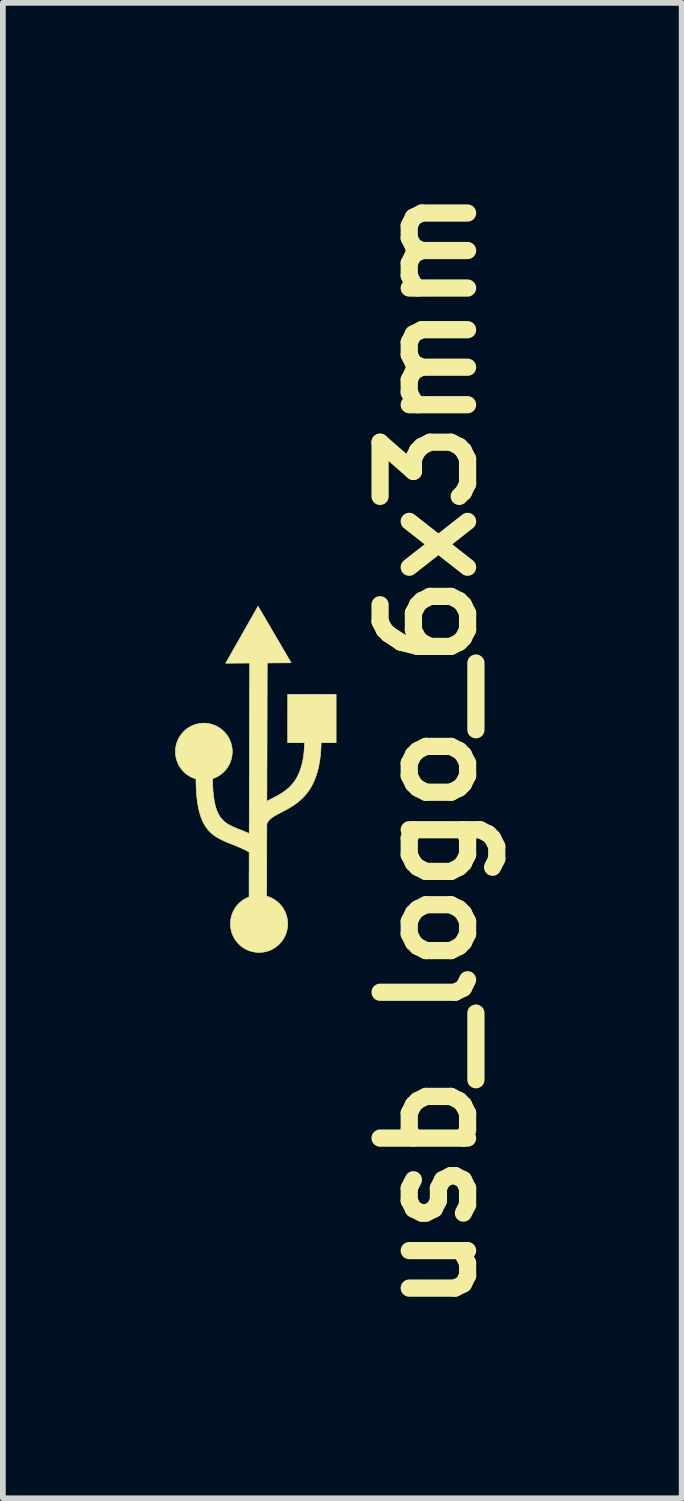
<source format=kicad_pcb>
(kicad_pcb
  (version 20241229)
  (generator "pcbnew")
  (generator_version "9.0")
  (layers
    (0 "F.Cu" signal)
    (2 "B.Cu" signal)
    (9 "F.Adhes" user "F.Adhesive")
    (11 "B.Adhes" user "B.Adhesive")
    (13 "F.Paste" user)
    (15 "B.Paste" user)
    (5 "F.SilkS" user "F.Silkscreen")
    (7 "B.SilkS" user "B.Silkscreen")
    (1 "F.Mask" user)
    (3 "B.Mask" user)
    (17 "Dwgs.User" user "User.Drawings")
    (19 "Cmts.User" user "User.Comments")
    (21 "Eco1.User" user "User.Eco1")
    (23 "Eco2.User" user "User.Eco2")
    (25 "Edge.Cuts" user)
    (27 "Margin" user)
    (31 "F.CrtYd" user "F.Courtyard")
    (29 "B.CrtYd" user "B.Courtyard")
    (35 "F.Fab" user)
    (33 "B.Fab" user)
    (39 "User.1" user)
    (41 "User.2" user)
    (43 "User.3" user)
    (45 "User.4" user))
  (footprint "usb_logo_6x3mm"
    (layer "F.Cu")
    (at 1.404 10.522)
    (property "Reference" "usb_logo_6x3mm" (at 3 -0.5 90) (layer "F.SilkS") (effects (font (size 1.524 1.524) (thickness 0.3))))
    (attr through_hole)
    (fp_poly (pts (xy 0.04 -3.014) (xy 0.041 -3.013) (xy 0.042 -3.011) (xy 0.044 -3.008) (xy 0.046 -3.004) (xy 0.049 -3) (xy 0.052 -2.994) (xy 0.055 -2.988) (xy 0.059 -2.981) (xy 0.064 -2.974) (xy 0.068 -2.966) (xy 0.074 -2.957) (xy 0.079 -2.947) (xy 0.085 -2.937) (xy 0.092 -2.926) (xy 0.098 -2.915) (xy 0.106 -2.902) (xy 0.113 -2.89) (xy 0.121 -2.877) (xy 0.129 -2.863) (xy 0.137 -2.849) (xy 0.146 -2.834) (xy 0.155 -2.818) (xy 0.164 -2.803) (xy 0.174 -2.787) (xy 0.183 -2.77) (xy 0.193 -2.753) (xy 0.204 -2.735) (xy 0.214 -2.717) (xy 0.225 -2.699) (xy 0.236 -2.681) (xy 0.247 -2.662) (xy 0.258 -2.642) (xy 0.269 -2.623) (xy 0.281 -2.603) (xy 0.293 -2.583) (xy 0.305 -2.563) (xy 0.317 -2.542) (xy 0.329 -2.522) (xy 0.341 -2.501) (xy 0.353 -2.481) (xy 0.365 -2.46) (xy 0.376 -2.44) (xy 0.388 -2.42) (xy 0.4 -2.401) (xy 0.411 -2.382) (xy 0.422 -2.363) (xy 0.433 -2.344) (xy 0.443 -2.326) (xy 0.454 -2.308) (xy 0.464 -2.29) (xy 0.474 -2.273) (xy 0.484 -2.257) (xy 0.493 -2.24) (xy 0.503 -2.225) (xy 0.512 -2.209) (xy 0.52 -2.195) (xy 0.529 -2.18) (xy 0.537 -2.167) (xy 0.544 -2.153) (xy 0.552 -2.141) (xy 0.559 -2.129) (xy 0.565 -2.117) (xy 0.572 -2.106) (xy 0.578 -2.096) (xy 0.583 -2.087) (xy 0.589 -2.078) (xy 0.593 -2.069) (xy 0.598 -2.062) (xy 0.602 -2.055) (xy 0.605 -2.049) (xy 0.608 -2.044) (xy 0.611 -2.039) (xy 0.613 -2.035) (xy 0.615 -2.033) (xy 0.616 -2.03) (xy 0.617 -2.029) (xy 0.617 -2.029) (xy 0.617 -2.029) (xy 0.615 -2.029) (xy 0.613 -2.029) (xy 0.609 -2.029) (xy 0.605 -2.029) (xy 0.6 -2.029) (xy 0.594 -2.029) (xy 0.588 -2.028) (xy 0.58 -2.028) (xy 0.572 -2.028) (xy 0.564 -2.028) (xy 0.554 -2.028) (xy 0.544 -2.028) (xy 0.534 -2.028) (xy 0.523 -2.028) (xy 0.511 -2.028) (xy 0.5 -2.028) (xy 0.487 -2.028) (xy 0.475 -2.028) (xy 0.462 -2.028) (xy 0.448 -2.028) (xy 0.436 -2.027) (xy 0.422 -2.027) (xy 0.408 -2.027) (xy 0.395 -2.027) (xy 0.381 -2.027) (xy 0.368 -2.027) (xy 0.355 -2.027) (xy 0.343 -2.027) (xy 0.331 -2.027) (xy 0.319 -2.027) (xy 0.308 -2.027) (xy 0.297 -2.027) (xy 0.287 -2.027) (xy 0.278 -2.026) (xy 0.269 -2.026) (xy 0.261 -2.026) (xy 0.253 -2.026) (xy 0.247 -2.026) (xy 0.241 -2.026) (xy 0.236 -2.026) (xy 0.232 -2.026) (xy 0.229 -2.026) (xy 0.227 -2.026) (xy 0.2 -2.026) (xy 0.2 -1.981) (xy 0.2 -1.979) (xy 0.2 -1.976) (xy 0.2 -1.972) (xy 0.2 -1.966) (xy 0.2 -1.96) (xy 0.2 -1.953) (xy 0.2 -1.946) (xy 0.2 -1.937) (xy 0.2 -1.927) (xy 0.2 -1.917) (xy 0.2 -1.906) (xy 0.2 -1.893) (xy 0.2 -1.881) (xy 0.2 -1.867) (xy 0.2 -1.853) (xy 0.2 -1.837) (xy 0.199 -1.822) (xy 0.199 -1.805) (xy 0.199 -1.788) (xy 0.199 -1.77) (xy 0.199 -1.752) (xy 0.199 -1.732) (xy 0.199 -1.713) (xy 0.199 -1.692) (xy 0.199 -1.672) (xy 0.199 -1.65) (xy 0.199 -1.628) (xy 0.199 -1.606) (xy 0.199 -1.583) (xy 0.199 -1.56) (xy 0.199 -1.536) (xy 0.199 -1.512) (xy 0.199 -1.487) (xy 0.199 -1.462) (xy 0.198 -1.437) (xy 0.198 -1.411) (xy 0.198 -1.385) (xy 0.198 -1.359) (xy 0.198 -1.332) (xy 0.198 -1.305) (xy 0.198 -1.278) (xy 0.198 -1.251) (xy 0.198 -1.223) (xy 0.198 -1.195) (xy 0.198 -1.182) (xy 0.198 -1.152) (xy 0.198 -1.122) (xy 0.198 -1.092) (xy 0.198 -1.061) (xy 0.197 -1.03) (xy 0.197 -0.999) (xy 0.197 -0.968) (xy 0.197 -0.936) (xy 0.197 -0.905) (xy 0.197 -0.873) (xy 0.197 -0.841) (xy 0.197 -0.81) (xy 0.197 -0.778) (xy 0.197 -0.747) (xy 0.197 -0.715) (xy 0.197 -0.684) (xy 0.197 -0.653) (xy 0.197 -0.622) (xy 0.196 -0.591) (xy 0.196 -0.561) (xy 0.196 -0.531) (xy 0.196 -0.501) (xy 0.196 -0.471) (xy 0.196 -0.442) (xy 0.196 -0.414) (xy 0.196 -0.385) (xy 0.196 -0.358) (xy 0.196 -0.33) (xy 0.196 -0.304) (xy 0.196 -0.278) (xy 0.196 -0.252) (xy 0.196 -0.228) (xy 0.195 -0.204) (xy 0.195 -0.18) (xy 0.195 -0.158) (xy 0.195 -0.136) (xy 0.195 -0.115) (xy 0.195 -0.095) (xy 0.195 -0.075) (xy 0.195 -0.057) (xy 0.195 -0.04) (xy 0.195 -0.023) (xy 0.195 -0.023) (xy 0.195 -0.003) (xy 0.195 0.017) (xy 0.195 0.037) (xy 0.195 0.056) (xy 0.195 0.076) (xy 0.195 0.094) (xy 0.195 0.113) (xy 0.195 0.131) (xy 0.195 0.148) (xy 0.195 0.165) (xy 0.195 0.182) (xy 0.195 0.198) (xy 0.194 0.214) (xy 0.194 0.229) (xy 0.194 0.244) (xy 0.194 0.258) (xy 0.194 0.271) (xy 0.194 0.284) (xy 0.194 0.296) (xy 0.194 0.307) (xy 0.194 0.318) (xy 0.194 0.328) (xy 0.194 0.337) (xy 0.194 0.345) (xy 0.194 0.353) (xy 0.194 0.36) (xy 0.194 0.366) (xy 0.194 0.371) (xy 0.194 0.375) (xy 0.194 0.378) (xy 0.194 0.38) (xy 0.194 0.382) (xy 0.194 0.382) (xy 0.195 0.382) (xy 0.196 0.381) (xy 0.198 0.38) (xy 0.2 0.379) (xy 0.203 0.377) (xy 0.205 0.376) (xy 0.21 0.374) (xy 0.214 0.371) (xy 0.219 0.369) (xy 0.224 0.366) (xy 0.229 0.363) (xy 0.234 0.361) (xy 0.239 0.358) (xy 0.245 0.355) (xy 0.252 0.351) (xy 0.258 0.348) (xy 0.266 0.344) (xy 0.274 0.34) (xy 0.283 0.335) (xy 0.292 0.33) (xy 0.3 0.326) (xy 0.313 0.32) (xy 0.324 0.314) (xy 0.334 0.308) (xy 0.344 0.303) (xy 0.353 0.298) (xy 0.361 0.294) (xy 0.369 0.29) (xy 0.377 0.286) (xy 0.384 0.282) (xy 0.391 0.278) (xy 0.397 0.274) (xy 0.404 0.27) (xy 0.41 0.267) (xy 0.416 0.263) (xy 0.422 0.26) (xy 0.427 0.257) (xy 0.451 0.242) (xy 0.474 0.227) (xy 0.495 0.212) (xy 0.516 0.197) (xy 0.536 0.182) (xy 0.555 0.166) (xy 0.574 0.149) (xy 0.592 0.133) (xy 0.608 0.115) (xy 0.625 0.098) (xy 0.64 0.08) (xy 0.647 0.071) (xy 0.663 0.051) (xy 0.678 0.03) (xy 0.693 0.008) (xy 0.707 -0.014) (xy 0.72 -0.038) (xy 0.732 -0.062) (xy 0.744 -0.086) (xy 0.755 -0.112) (xy 0.766 -0.138) (xy 0.776 -0.164) (xy 0.785 -0.192) (xy 0.794 -0.22) (xy 0.802 -0.249) (xy 0.809 -0.279) (xy 0.816 -0.31) (xy 0.822 -0.341) (xy 0.828 -0.373) (xy 0.833 -0.406) (xy 0.837 -0.44) (xy 0.84 -0.467) (xy 0.841 -0.478) (xy 0.842 -0.488) (xy 0.843 -0.498) (xy 0.843 -0.508) (xy 0.844 -0.518) (xy 0.845 -0.529) (xy 0.846 -0.539) (xy 0.846 -0.549) (xy 0.847 -0.56) (xy 0.847 -0.572) (xy 0.848 -0.584) (xy 0.848 -0.596) (xy 0.849 -0.61) (xy 0.849 -0.624) (xy 0.849 -0.626) (xy 0.849 -0.637) (xy 0.556 -0.637) (xy 0.556 -1.058) (xy 0.557 -1.48) (xy 0.978 -1.48) (xy 1.4 -1.48) (xy 1.4 -0.637) (xy 1.138 -0.637) (xy 1.138 -0.635) (xy 1.138 -0.634) (xy 1.138 -0.631) (xy 1.138 -0.628) (xy 1.138 -0.624) (xy 1.138 -0.62) (xy 1.138 -0.615) (xy 1.138 -0.61) (xy 1.138 -0.605) (xy 1.138 -0.6) (xy 1.137 -0.595) (xy 1.137 -0.59) (xy 1.137 -0.585) (xy 1.137 -0.582) (xy 1.137 -0.578) (xy 1.137 -0.577) (xy 1.135 -0.536) (xy 1.133 -0.495) (xy 1.13 -0.456) (xy 1.126 -0.417) (xy 1.122 -0.379) (xy 1.117 -0.341) (xy 1.111 -0.305) (xy 1.105 -0.269) (xy 1.098 -0.234) (xy 1.091 -0.2) (xy 1.083 -0.166) (xy 1.074 -0.134) (xy 1.065 -0.102) (xy 1.055 -0.07) (xy 1.044 -0.04) (xy 1.033 -0.01) (xy 1.021 0.019) (xy 1.009 0.047) (xy 0.996 0.075) (xy 0.982 0.102) (xy 0.967 0.128) (xy 0.952 0.154) (xy 0.952 0.155) (xy 0.935 0.181) (xy 0.918 0.206) (xy 0.9 0.23) (xy 0.882 0.254) (xy 0.862 0.277) (xy 0.842 0.299) (xy 0.821 0.321) (xy 0.799 0.343) (xy 0.777 0.363) (xy 0.753 0.384) (xy 0.73 0.402) (xy 0.712 0.416) (xy 0.692 0.431) (xy 0.672 0.445) (xy 0.651 0.459) (xy 0.628 0.473) (xy 0.606 0.487) (xy 0.582 0.502) (xy 0.572 0.508) (xy 0.565 0.511) (xy 0.559 0.515) (xy 0.552 0.519) (xy 0.545 0.522) (xy 0.539 0.526) (xy 0.532 0.53) (xy 0.525 0.534) (xy 0.517 0.538) (xy 0.509 0.542) (xy 0.501 0.546) (xy 0.492 0.551) (xy 0.483 0.556) (xy 0.473 0.561) (xy 0.462 0.567) (xy 0.45 0.573) (xy 0.438 0.579) (xy 0.435 0.581) (xy 0.424 0.587) (xy 0.413 0.592) (xy 0.404 0.597) (xy 0.395 0.602) (xy 0.387 0.606) (xy 0.379 0.61) (xy 0.372 0.614) (xy 0.365 0.618) (xy 0.359 0.621) (xy 0.354 0.624) (xy 0.348 0.627) (xy 0.343 0.63) (xy 0.338 0.633) (xy 0.333 0.636) (xy 0.328 0.639) (xy 0.325 0.641) (xy 0.31 0.65) (xy 0.296 0.659) (xy 0.283 0.669) (xy 0.271 0.678) (xy 0.26 0.687) (xy 0.25 0.696) (xy 0.241 0.705) (xy 0.232 0.714) (xy 0.224 0.723) (xy 0.217 0.733) (xy 0.21 0.743) (xy 0.204 0.752) (xy 0.204 0.754) (xy 0.202 0.757) (xy 0.2 0.76) (xy 0.199 0.764) (xy 0.197 0.767) (xy 0.196 0.771) (xy 0.194 0.774) (xy 0.194 0.775) (xy 0.194 0.776) (xy 0.194 0.776) (xy 0.194 0.777) (xy 0.194 0.778) (xy 0.194 0.779) (xy 0.194 0.781) (xy 0.194 0.783) (xy 0.193 0.785) (xy 0.193 0.788) (xy 0.193 0.791) (xy 0.193 0.795) (xy 0.193 0.799) (xy 0.193 0.803) (xy 0.193 0.808) (xy 0.193 0.814) (xy 0.193 0.819) (xy 0.193 0.826) (xy 0.193 0.832) (xy 0.193 0.84) (xy 0.193 0.848) (xy 0.193 0.856) (xy 0.193 0.865) (xy 0.193 0.875) (xy 0.193 0.885) (xy 0.193 0.896) (xy 0.193 0.907) (xy 0.193 0.919) (xy 0.193 0.932) (xy 0.193 0.946) (xy 0.193 0.96) (xy 0.193 0.975) (xy 0.193 0.99) (xy 0.193 1.006) (xy 0.192 1.024) (xy 0.192 1.041) (xy 0.192 1.06) (xy 0.192 1.079) (xy 0.192 1.1) (xy 0.192 1.121) (xy 0.192 1.143) (xy 0.192 1.166) (xy 0.192 1.189) (xy 0.192 1.214) (xy 0.192 1.239) (xy 0.192 1.266) (xy 0.192 1.293) (xy 0.192 1.321) (xy 0.192 1.351) (xy 0.192 1.381) (xy 0.191 1.406) (xy 0.191 1.432) (xy 0.191 1.457) (xy 0.191 1.482) (xy 0.191 1.506) (xy 0.191 1.53) (xy 0.191 1.554) (xy 0.191 1.578) (xy 0.191 1.601) (xy 0.191 1.624) (xy 0.191 1.646) (xy 0.191 1.668) (xy 0.191 1.689) (xy 0.191 1.71) (xy 0.191 1.731) (xy 0.191 1.751) (xy 0.191 1.771) (xy 0.191 1.79) (xy 0.191 1.808) (xy 0.191 1.826) (xy 0.19 1.843) (xy 0.19 1.86) (xy 0.19 1.876) (xy 0.19 1.892) (xy 0.19 1.906) (xy 0.19 1.92) (xy 0.19 1.934) (xy 0.19 1.946) (xy 0.19 1.958) (xy 0.19 1.969) (xy 0.19 1.98) (xy 0.19 1.989) (xy 0.19 1.998) (xy 0.19 2.006) (xy 0.19 2.013) (xy 0.19 2.019) (xy 0.19 2.024) (xy 0.19 2.028) (xy 0.19 2.032) (xy 0.19 2.034) (xy 0.19 2.035) (xy 0.19 2.036) (xy 0.191 2.036) (xy 0.192 2.036) (xy 0.194 2.037) (xy 0.196 2.038) (xy 0.198 2.038) (xy 0.219 2.045) (xy 0.24 2.053) (xy 0.26 2.061) (xy 0.28 2.07) (xy 0.299 2.08) (xy 0.314 2.089) (xy 0.333 2.101) (xy 0.351 2.114) (xy 0.369 2.127) (xy 0.386 2.141) (xy 0.402 2.156) (xy 0.418 2.172) (xy 0.433 2.188) (xy 0.447 2.205) (xy 0.461 2.223) (xy 0.474 2.241) (xy 0.485 2.26) (xy 0.496 2.279) (xy 0.506 2.298) (xy 0.515 2.318) (xy 0.524 2.339) (xy 0.531 2.36) (xy 0.538 2.381) (xy 0.543 2.403) (xy 0.548 2.425) (xy 0.552 2.447) (xy 0.554 2.469) (xy 0.556 2.49) (xy 0.556 2.494) (xy 0.556 2.498) (xy 0.556 2.503) (xy 0.556 2.509) (xy 0.556 2.515) (xy 0.556 2.52) (xy 0.556 2.526) (xy 0.556 2.532) (xy 0.556 2.537) (xy 0.556 2.541) (xy 0.556 2.545) (xy 0.554 2.567) (xy 0.551 2.59) (xy 0.547 2.612) (xy 0.543 2.634) (xy 0.537 2.655) (xy 0.53 2.677) (xy 0.523 2.698) (xy 0.514 2.719) (xy 0.505 2.739) (xy 0.495 2.757) (xy 0.484 2.776) (xy 0.473 2.795) (xy 0.46 2.813) (xy 0.446 2.83) (xy 0.432 2.847) (xy 0.417 2.864) (xy 0.401 2.879) (xy 0.385 2.894) (xy 0.382 2.896) (xy 0.365 2.91) (xy 0.347 2.924) (xy 0.328 2.936) (xy 0.31 2.948) (xy 0.29 2.959) (xy 0.27 2.969) (xy 0.25 2.978) (xy 0.229 2.986) (xy 0.208 2.993) (xy 0.187 2.999) (xy 0.166 3.004) (xy 0.144 3.008) (xy 0.122 3.012) (xy 0.099 3.014) (xy 0.077 3.015) (xy 0.054 3.016) (xy 0.043 3.016) (xy 0.021 3.015) (xy -0.001 3.012) (xy -0.023 3.009) (xy -0.044 3.005) (xy -0.066 3) (xy -0.087 2.994) (xy -0.108 2.988) (xy -0.129 2.98) (xy -0.149 2.971) (xy -0.165 2.964) (xy -0.185 2.953) (xy -0.205 2.942) (xy -0.223 2.929) (xy -0.242 2.916) (xy -0.259 2.903) (xy -0.272 2.892) (xy -0.275 2.889) (xy -0.28 2.885) (xy -0.285 2.88) (xy -0.289 2.875) (xy -0.294 2.871) (xy -0.299 2.866) (xy -0.304 2.861) (xy -0.308 2.857) (xy -0.312 2.853) (xy -0.326 2.836) (xy -0.34 2.818) (xy -0.353 2.8) (xy -0.366 2.781) (xy -0.377 2.762) (xy -0.387 2.743) (xy -0.397 2.722) (xy -0.406 2.702) (xy -0.414 2.681) (xy -0.42 2.66) (xy -0.426 2.638) (xy -0.431 2.616) (xy -0.431 2.616) (xy -0.435 2.594) (xy -0.438 2.572) (xy -0.44 2.55) (xy -0.441 2.528) (xy -0.441 2.505) (xy -0.44 2.483) (xy -0.438 2.461) (xy -0.435 2.439) (xy -0.431 2.417) (xy -0.426 2.395) (xy -0.425 2.392) (xy -0.419 2.37) (xy -0.412 2.349) (xy -0.404 2.328) (xy -0.395 2.308) (xy -0.385 2.288) (xy -0.375 2.268) (xy -0.363 2.249) (xy -0.351 2.23) (xy -0.338 2.212) (xy -0.324 2.195) (xy -0.317 2.188) (xy -0.302 2.171) (xy -0.286 2.155) (xy -0.269 2.14) (xy -0.252 2.126) (xy -0.234 2.112) (xy -0.216 2.1) (xy -0.197 2.088) (xy -0.177 2.077) (xy -0.157 2.067) (xy -0.137 2.058) (xy -0.129 2.054) (xy -0.117 2.049) (xy -0.116 2.03) (xy -0.116 2.026) (xy -0.116 2.022) (xy -0.116 2.017) (xy -0.116 2.011) (xy -0.116 2.004) (xy -0.116 1.997) (xy -0.116 1.988) (xy -0.116 1.979) (xy -0.116 1.969) (xy -0.116 1.959) (xy -0.116 1.948) (xy -0.116 1.936) (xy -0.116 1.924) (xy -0.116 1.911) (xy -0.116 1.898) (xy -0.116 1.884) (xy -0.116 1.87) (xy -0.116 1.856) (xy -0.116 1.841) (xy -0.116 1.825) (xy -0.116 1.81) (xy -0.116 1.794) (xy -0.116 1.778) (xy -0.116 1.761) (xy -0.116 1.745) (xy -0.116 1.728) (xy -0.116 1.711) (xy -0.116 1.694) (xy -0.116 1.677) (xy -0.116 1.66) (xy -0.116 1.643) (xy -0.116 1.626) (xy -0.115 1.609) (xy -0.115 1.592) (xy -0.115 1.575) (xy -0.115 1.558) (xy -0.115 1.542) (xy -0.115 1.526) (xy -0.115 1.51) (xy -0.115 1.494) (xy -0.115 1.479) (xy -0.115 1.464) (xy -0.115 1.449) (xy -0.115 1.435) (xy -0.115 1.421) (xy -0.115 1.407) (xy -0.115 1.395) (xy -0.115 1.382) (xy -0.115 1.37) (xy -0.115 1.359) (xy -0.115 1.349) (xy -0.115 1.339) (xy -0.115 1.33) (xy -0.115 1.321) (xy -0.115 1.313) (xy -0.115 1.306) (xy -0.115 1.3) (xy -0.115 1.295) (xy -0.115 1.29) (xy -0.115 1.287) (xy -0.115 1.284) (xy -0.115 1.283) (xy -0.115 1.282) (xy -0.115 1.267) (xy -0.124 1.262) (xy -0.135 1.256) (xy -0.147 1.25) (xy -0.159 1.243) (xy -0.172 1.236) (xy -0.186 1.23) (xy -0.199 1.223) (xy -0.212 1.217) (xy -0.226 1.211) (xy -0.236 1.206) (xy -0.242 1.203) (xy -0.248 1.2) (xy -0.254 1.198) (xy -0.26 1.195) (xy -0.265 1.193) (xy -0.271 1.19) (xy -0.276 1.188) (xy -0.282 1.185) (xy -0.288 1.183) (xy -0.295 1.18) (xy -0.301 1.177) (xy -0.308 1.175) (xy -0.316 1.171) (xy -0.324 1.168) (xy -0.332 1.165) (xy -0.341 1.161) (xy -0.351 1.157) (xy -0.361 1.153) (xy -0.372 1.148) (xy -0.384 1.144) (xy -0.397 1.139) (xy -0.399 1.138) (xy -0.41 1.133) (xy -0.42 1.129) (xy -0.43 1.125) (xy -0.439 1.122) (xy -0.447 1.119) (xy -0.454 1.116) (xy -0.461 1.113) (xy -0.467 1.11) (xy -0.473 1.108) (xy -0.479 1.106) (xy -0.484 1.104) (xy -0.489 1.102) (xy -0.494 1.1) (xy -0.498 1.098) (xy -0.503 1.096) (xy -0.507 1.094) (xy -0.512 1.092) (xy -0.516 1.09) (xy -0.537 1.081) (xy -0.556 1.072) (xy -0.575 1.064) (xy -0.593 1.055) (xy -0.61 1.047) (xy -0.626 1.038) (xy -0.642 1.03) (xy -0.657 1.021) (xy -0.671 1.013) (xy -0.685 1.004) (xy -0.691 1) (xy -0.712 0.986) (xy -0.732 0.972) (xy -0.751 0.957) (xy -0.769 0.942) (xy -0.787 0.926) (xy -0.804 0.909) (xy -0.82 0.892) (xy -0.835 0.874) (xy -0.85 0.855) (xy -0.864 0.836) (xy -0.878 0.816) (xy -0.89 0.796) (xy -0.903 0.774) (xy -0.914 0.752) (xy -0.925 0.729) (xy -0.936 0.705) (xy -0.942 0.69) (xy -0.951 0.667) (xy -0.959 0.643) (xy -0.967 0.618) (xy -0.975 0.593) (xy -0.982 0.566) (xy -0.989 0.539) (xy -0.995 0.511) (xy -1.001 0.482) (xy -1.006 0.452) (xy -1.011 0.421) (xy -1.016 0.39) (xy -1.02 0.357) (xy -1.024 0.324) (xy -1.028 0.29) (xy -1.03 0.26) (xy -1.032 0.241) (xy -1.033 0.222) (xy -1.034 0.202) (xy -1.036 0.182) (xy -1.037 0.162) (xy -1.037 0.142) (xy -1.038 0.121) (xy -1.039 0.1) (xy -1.04 0.078) (xy -1.04 0.055) (xy -1.041 0.031) (xy -1.041 0.006) (xy -1.041 0.003) (xy -1.041 -0.006) (xy -1.043 -0.007) (xy -1.044 -0.007) (xy -1.046 -0.008) (xy -1.049 -0.009) (xy -1.051 -0.009) (xy -1.052 -0.01) (xy -1.073 -0.017) (xy -1.093 -0.024) (xy -1.113 -0.033) (xy -1.133 -0.043) (xy -1.152 -0.053) (xy -1.171 -0.065) (xy -1.189 -0.077) (xy -1.207 -0.09) (xy -1.224 -0.104) (xy -1.236 -0.115) (xy -1.239 -0.117) (xy -1.243 -0.121) (xy -1.247 -0.125) (xy -1.251 -0.129) (xy -1.255 -0.133) (xy -1.26 -0.138) (xy -1.264 -0.142) (xy -1.268 -0.146) (xy -1.271 -0.15) (xy -1.274 -0.153) (xy -1.276 -0.155) (xy -1.29 -0.172) (xy -1.304 -0.19) (xy -1.317 -0.208) (xy -1.329 -0.227) (xy -1.34 -0.246) (xy -1.35 -0.266) (xy -1.359 -0.287) (xy -1.366 -0.304) (xy -1.374 -0.325) (xy -1.38 -0.346) (xy -1.386 -0.367) (xy -1.39 -0.389) (xy -1.394 -0.411) (xy -1.397 -0.433) (xy -1.398 -0.455) (xy -1.399 -0.477) (xy -1.399 -0.5) (xy -1.397 -0.522) (xy -1.395 -0.543) (xy -1.392 -0.564) (xy -1.388 -0.586) (xy -1.383 -0.608) (xy -1.377 -0.629) (xy -1.369 -0.65) (xy -1.361 -0.671) (xy -1.352 -0.691) (xy -1.343 -0.711) (xy -1.332 -0.731) (xy -1.323 -0.745) (xy -1.311 -0.763) (xy -1.298 -0.781) (xy -1.284 -0.798) (xy -1.269 -0.815) (xy -1.254 -0.831) (xy -1.238 -0.847) (xy -1.223 -0.86) (xy -1.206 -0.874) (xy -1.189 -0.887) (xy -1.171 -0.899) (xy -1.152 -0.91) (xy -1.133 -0.921) (xy -1.114 -0.93) (xy -1.094 -0.939) (xy -1.08 -0.945) (xy -1.059 -0.952) (xy -1.038 -0.959) (xy -1.016 -0.964) (xy -0.995 -0.969) (xy -0.973 -0.972) (xy -0.951 -0.975) (xy -0.929 -0.977) (xy -0.907 -0.977) (xy -0.884 -0.977) (xy -0.862 -0.976) (xy -0.849 -0.974) (xy -0.828 -0.971) (xy -0.806 -0.968) (xy -0.785 -0.963) (xy -0.763 -0.957) (xy -0.742 -0.95) (xy -0.722 -0.942) (xy -0.701 -0.934) (xy -0.681 -0.924) (xy -0.664 -0.915) (xy -0.645 -0.904) (xy -0.626 -0.891) (xy -0.607 -0.878) (xy -0.59 -0.865) (xy -0.573 -0.85) (xy -0.557 -0.835) (xy -0.541 -0.819) (xy -0.527 -0.802) (xy -0.513 -0.785) (xy -0.499 -0.767) (xy -0.487 -0.749) (xy -0.475 -0.73) (xy -0.465 -0.71) (xy -0.46 -0.701) (xy -0.451 -0.681) (xy -0.442 -0.66) (xy -0.435 -0.64) (xy -0.428 -0.619) (xy -0.422 -0.598) (xy -0.418 -0.576) (xy -0.414 -0.554) (xy -0.411 -0.532) (xy -0.409 -0.51) (xy -0.409 -0.51) (xy -0.409 -0.506) (xy -0.409 -0.502) (xy -0.409 -0.497) (xy -0.409 -0.492) (xy -0.409 -0.486) (xy -0.409 -0.48) (xy -0.409 -0.474) (xy -0.409 -0.469) (xy -0.409 -0.464) (xy -0.409 -0.459) (xy -0.409 -0.455) (xy -0.409 -0.454) (xy -0.411 -0.432) (xy -0.414 -0.409) (xy -0.418 -0.387) (xy -0.422 -0.365) (xy -0.428 -0.344) (xy -0.435 -0.323) (xy -0.442 -0.302) (xy -0.451 -0.282) (xy -0.46 -0.262) (xy -0.47 -0.242) (xy -0.481 -0.223) (xy -0.493 -0.204) (xy -0.506 -0.186) (xy -0.519 -0.17) (xy -0.533 -0.153) (xy -0.548 -0.137) (xy -0.564 -0.121) (xy -0.581 -0.107) (xy -0.598 -0.093) (xy -0.615 -0.079) (xy -0.634 -0.067) (xy -0.652 -0.055) (xy -0.672 -0.045) (xy -0.691 -0.035) (xy -0.711 -0.026) (xy -0.732 -0.018) (xy -0.741 -0.014) (xy -0.752 -0.011) (xy -0.751 0.016) (xy -0.751 0.037) (xy -0.751 0.059) (xy -0.75 0.081) (xy -0.75 0.103) (xy -0.749 0.126) (xy -0.747 0.149) (xy -0.746 0.171) (xy -0.745 0.193) (xy -0.743 0.214) (xy -0.741 0.234) (xy -0.741 0.235) (xy -0.738 0.265) (xy -0.735 0.293) (xy -0.731 0.321) (xy -0.727 0.348) (xy -0.723 0.375) (xy -0.718 0.4) (xy -0.713 0.424) (xy -0.707 0.448) (xy -0.701 0.471) (xy -0.695 0.493) (xy -0.688 0.514) (xy -0.681 0.534) (xy -0.673 0.554) (xy -0.665 0.573) (xy -0.657 0.591) (xy -0.648 0.608) (xy -0.638 0.625) (xy -0.629 0.641) (xy -0.619 0.656) (xy -0.608 0.671) (xy -0.601 0.68) (xy -0.595 0.687) (xy -0.589 0.695) (xy -0.582 0.702) (xy -0.574 0.71) (xy -0.567 0.717) (xy -0.56 0.724) (xy -0.553 0.73) (xy -0.553 0.731) (xy -0.54 0.741) (xy -0.527 0.752) (xy -0.514 0.762) (xy -0.5 0.771) (xy -0.485 0.781) (xy -0.47 0.79) (xy -0.454 0.799) (xy -0.436 0.808) (xy -0.427 0.813) (xy -0.422 0.815) (xy -0.416 0.818) (xy -0.411 0.821) (xy -0.405 0.823) (xy -0.399 0.826) (xy -0.394 0.829) (xy -0.388 0.831) (xy -0.381 0.834) (xy -0.375 0.837) (xy -0.368 0.84) (xy -0.361 0.843) (xy -0.353 0.846) (xy -0.344 0.85) (xy -0.335 0.853) (xy -0.325 0.857) (xy -0.315 0.861) (xy -0.304 0.866) (xy -0.292 0.871) (xy -0.285 0.874) (xy -0.271 0.879) (xy -0.257 0.884) (xy -0.245 0.889) (xy -0.234 0.894) (xy -0.223 0.898) (xy -0.212 0.903) (xy -0.203 0.907) (xy -0.193 0.911) (xy -0.184 0.914) (xy -0.176 0.918) (xy -0.168 0.921) (xy -0.16 0.925) (xy -0.152 0.928) (xy -0.144 0.931) (xy -0.137 0.935) (xy -0.129 0.938) (xy -0.126 0.939) (xy -0.114 0.945) (xy -0.114 0.939) (xy -0.114 0.939) (xy -0.114 0.938) (xy -0.114 0.937) (xy -0.114 0.936) (xy -0.114 0.934) (xy -0.114 0.932) (xy -0.114 0.929) (xy -0.114 0.926) (xy -0.114 0.923) (xy -0.114 0.919) (xy -0.114 0.915) (xy -0.114 0.911) (xy -0.114 0.906) (xy -0.114 0.9) (xy -0.114 0.894) (xy -0.114 0.888) (xy -0.114 0.881) (xy -0.114 0.874) (xy -0.114 0.866) (xy -0.114 0.858) (xy -0.114 0.849) (xy -0.114 0.84) (xy -0.114 0.83) (xy -0.114 0.82) (xy -0.114 0.81) (xy -0.113 0.798) (xy -0.113 0.786) (xy -0.113 0.774) (xy -0.113 0.761) (xy -0.113 0.748) (xy -0.113 0.734) (xy -0.113 0.719) (xy -0.113 0.704) (xy -0.113 0.688) (xy -0.113 0.672) (xy -0.113 0.655) (xy -0.113 0.638) (xy -0.113 0.62) (xy -0.113 0.601) (xy -0.113 0.581) (xy -0.113 0.561) (xy -0.113 0.541) (xy -0.113 0.519) (xy -0.113 0.497) (xy -0.113 0.475) (xy -0.113 0.451) (xy -0.113 0.427) (xy -0.112 0.402) (xy -0.112 0.377) (xy -0.112 0.351) (xy -0.112 0.324) (xy -0.112 0.296) (xy -0.112 0.268) (xy -0.112 0.239) (xy -0.112 0.209) (xy -0.112 0.179) (xy -0.112 0.147) (xy -0.112 0.115) (xy -0.112 0.082) (xy -0.112 0.049) (xy -0.112 0.014) (xy -0.111 -0.021) (xy -0.111 -0.057) (xy -0.111 -0.094) (xy -0.111 -0.131) (xy -0.111 -0.17) (xy -0.111 -0.209) (xy -0.111 -0.249) (xy -0.111 -0.29) (xy -0.111 -0.332) (xy -0.111 -0.375) (xy -0.11 -0.419) (xy -0.11 -0.463) (xy -0.11 -0.508) (xy -0.11 -0.555) (xy -0.11 -0.602) (xy -0.11 -0.65) (xy -0.11 -0.699) (xy -0.11 -0.749) (xy -0.109 -0.8) (xy -0.109 -0.852) (xy -0.109 -0.904) (xy -0.109 -0.958) (xy -0.109 -1.013) (xy -0.109 -1.068) (xy -0.109 -1.125) (xy -0.109 -1.183) (xy -0.108 -1.241) (xy -0.108 -1.301) (xy -0.108 -1.357) (xy -0.108 -1.383) (xy -0.108 -1.409) (xy -0.108 -1.434) (xy -0.108 -1.459) (xy -0.108 -1.484) (xy -0.108 -1.509) (xy -0.108 -1.533) (xy -0.108 -1.557) (xy -0.108 -1.581) (xy -0.108 -1.604) (xy -0.107 -1.626) (xy -0.107 -1.649) (xy -0.107 -1.671) (xy -0.107 -1.692) (xy -0.107 -1.713) (xy -0.107 -1.733) (xy -0.107 -1.753) (xy -0.107 -1.772) (xy -0.107 -1.791) (xy -0.107 -1.809) (xy -0.107 -1.827) (xy -0.107 -1.844) (xy -0.107 -1.86) (xy -0.107 -1.876) (xy -0.107 -1.891) (xy -0.107 -1.905) (xy -0.107 -1.919) (xy -0.107 -1.931) (xy -0.107 -1.944) (xy -0.107 -1.955) (xy -0.107 -1.965) (xy -0.107 -1.975) (xy -0.107 -1.984) (xy -0.107 -1.992) (xy -0.107 -1.999) (xy -0.107 -2.005) (xy -0.107 -2.011) (xy -0.107 -2.015) (xy -0.107 -2.019) (xy -0.107 -2.021) (xy -0.107 -2.023) (xy -0.107 -2.024) (xy -0.107 -2.024) (xy -0.107 -2.024) (xy -0.109 -2.024) (xy -0.111 -2.024) (xy -0.115 -2.024) (xy -0.119 -2.024) (xy -0.124 -2.024) (xy -0.129 -2.024) (xy -0.136 -2.024) (xy -0.143 -2.024) (xy -0.151 -2.024) (xy -0.159 -2.024) (xy -0.168 -2.024) (xy -0.178 -2.024) (xy -0.188 -2.023) (xy -0.198 -2.023) (xy -0.209 -2.023) (xy -0.22 -2.023) (xy -0.231 -2.023) (xy -0.243 -2.023) (xy -0.255 -2.023) (xy -0.267 -2.023) (xy -0.279 -2.023) (xy -0.291 -2.023) (xy -0.303 -2.023) (xy -0.316 -2.023) (xy -0.328 -2.023) (xy -0.34 -2.023) (xy -0.352 -2.023) (xy -0.364 -2.023) (xy -0.376 -2.022) (xy -0.387 -2.022) (xy -0.399 -2.022) (xy -0.409 -2.022) (xy -0.42 -2.022) (xy -0.43 -2.022) (xy -0.44 -2.022) (xy -0.449 -2.022) (xy -0.457 -2.022) (xy -0.465 -2.022) (xy -0.473 -2.022) (xy -0.48 -2.022) (xy -0.486 -2.022) (xy -0.491 -2.022) (xy -0.495 -2.022) (xy -0.499 -2.022) (xy -0.5 -2.022) (xy -0.505 -2.021) (xy -0.51 -2.021) (xy -0.514 -2.021) (xy -0.517 -2.021) (xy -0.519 -2.021) (xy -0.521 -2.021) (xy -0.522 -2.022) (xy -0.523 -2.022) (xy -0.523 -2.022) (xy -0.523 -2.022) (xy -0.523 -2.022) (xy -0.523 -2.023) (xy -0.522 -2.024) (xy -0.521 -2.026) (xy -0.519 -2.029) (xy -0.517 -2.033) (xy -0.514 -2.037) (xy -0.511 -2.043) (xy -0.508 -2.049) (xy -0.504 -2.056) (xy -0.5 -2.063) (xy -0.495 -2.071) (xy -0.49 -2.08) (xy -0.485 -2.089) (xy -0.479 -2.099) (xy -0.473 -2.11) (xy -0.467 -2.121) (xy -0.46 -2.133) (xy -0.454 -2.145) (xy -0.446 -2.158) (xy -0.439 -2.171) (xy -0.431 -2.184) (xy -0.423 -2.198) (xy -0.415 -2.213) (xy -0.407 -2.228) (xy -0.398 -2.243) (xy -0.389 -2.259) (xy -0.38 -2.274) (xy -0.371 -2.291) (xy -0.362 -2.307) (xy -0.352 -2.324) (xy -0.343 -2.341) (xy -0.333 -2.358) (xy -0.323 -2.375) (xy -0.313 -2.393) (xy -0.303 -2.41) (xy -0.293 -2.428) (xy -0.283 -2.446) (xy -0.273 -2.464) (xy -0.262 -2.482) (xy -0.252 -2.5) (xy -0.242 -2.519) (xy -0.231 -2.537) (xy -0.221 -2.555) (xy -0.211 -2.573) (xy -0.201 -2.591) (xy -0.191 -2.609) (xy -0.18 -2.627) (xy -0.17 -2.644) (xy -0.161 -2.662) (xy -0.151 -2.679) (xy -0.141 -2.696) (xy -0.131 -2.713) (xy -0.122 -2.73) (xy -0.113 -2.747) (xy -0.103 -2.763) (xy -0.094 -2.779) (xy -0.086 -2.794) (xy -0.077 -2.809) (xy -0.069 -2.824) (xy -0.06 -2.839) (xy -0.052 -2.853) (xy -0.045 -2.866) (xy -0.037 -2.879) (xy -0.03 -2.892) (xy -0.023 -2.904) (xy -0.016 -2.916) (xy -0.01 -2.927) (xy -0.004 -2.938) (xy 0.001 -2.948) (xy 0.007 -2.957) (xy 0.012 -2.966) (xy 0.016 -2.974) (xy 0.021 -2.981) (xy 0.024 -2.988) (xy 0.028 -2.994) (xy 0.031 -2.999) (xy 0.033 -3.004) (xy 0.036 -3.008) (xy 0.037 -3.011) (xy 0.039 -3.013) (xy 0.039 -3.014) (xy 0.04 -3.015) (xy 0.04 -3.014)) (stroke (width 0.01) (type solid)) (fill yes) (layer "F.SilkS")))
  (gr_rect
    (start -3 -3)
    (end 8.822 23.044)
    (stroke (width 0.1) (type default))
    (fill no)
    (layer "Edge.Cuts")))
</source>
